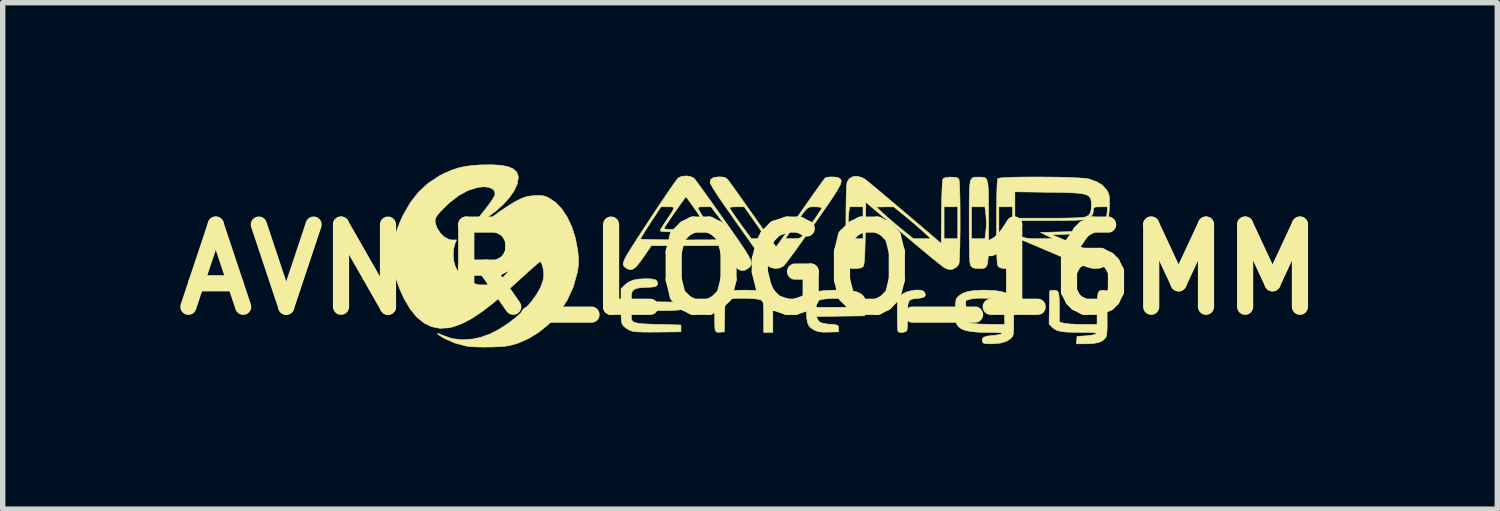
<source format=kicad_pcb>
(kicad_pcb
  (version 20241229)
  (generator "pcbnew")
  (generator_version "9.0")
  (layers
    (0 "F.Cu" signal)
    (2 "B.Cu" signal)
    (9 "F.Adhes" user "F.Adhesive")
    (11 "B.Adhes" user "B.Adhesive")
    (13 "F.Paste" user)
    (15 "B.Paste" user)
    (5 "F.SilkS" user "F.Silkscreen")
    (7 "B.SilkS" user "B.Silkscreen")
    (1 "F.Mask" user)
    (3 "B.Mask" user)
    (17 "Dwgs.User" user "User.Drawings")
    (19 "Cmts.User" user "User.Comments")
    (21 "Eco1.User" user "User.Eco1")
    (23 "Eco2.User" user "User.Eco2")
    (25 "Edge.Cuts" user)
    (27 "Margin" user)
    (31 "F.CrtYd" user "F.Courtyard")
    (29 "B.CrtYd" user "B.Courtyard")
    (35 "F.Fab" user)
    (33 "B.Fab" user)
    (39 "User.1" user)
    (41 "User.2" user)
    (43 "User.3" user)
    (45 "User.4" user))
  (footprint "AVNIR_LOGO_16MM"
    (layer "F.Cu")
    (at 10.857 1.949)
    (property "Reference" "AVNIR_LOGO_16MM" (at 0 0 0) (layer "F.SilkS") (effects (font (size 1.524 1.524) (thickness 0.3))))
    (attr through_hole)
    (fp_poly (pts (xy 3.165 0.382) (xy 3.22 0.402) (xy 3.238 0.422) (xy 3.253 0.471) (xy 3.236 0.504) (xy 3.183 0.524) (xy 3.112 0.533) (xy 3.037 0.54) (xy 2.985 0.553) (xy 2.951 0.579) (xy 2.932 0.625) (xy 2.923 0.697) (xy 2.921 0.802) (xy 2.921 0.848) (xy 2.92 0.949) (xy 2.917 1.036) (xy 2.913 1.101) (xy 2.908 1.131) (xy 2.881 1.152) (xy 2.831 1.164) (xy 2.779 1.164) (xy 2.745 1.15) (xy 2.739 1.125) (xy 2.735 1.065) (xy 2.732 0.98) (xy 2.731 0.877) (xy 2.731 0.845) (xy 2.731 0.728) (xy 2.733 0.645) (xy 2.737 0.589) (xy 2.746 0.55) (xy 2.76 0.521) (xy 2.78 0.495) (xy 2.783 0.491) (xy 2.838 0.447) (xy 2.914 0.412) (xy 3.001 0.389) (xy 3.088 0.378) (xy 3.165 0.382)) (stroke (width 0.01) (type solid)) (fill yes) (layer "F.SilkS"))
    (fp_poly (pts (xy 0.05 0.384) (xy 0.166 0.393) (xy 0.254 0.41) (xy 0.319 0.436) (xy 0.369 0.473) (xy 0.373 0.477) (xy 0.392 0.498) (xy 0.406 0.522) (xy 0.415 0.555) (xy 0.42 0.605) (xy 0.423 0.68) (xy 0.423 0.786) (xy 0.423 0.846) (xy 0.423 1.164) (xy 0.254 1.164) (xy 0.254 0.881) (xy 0.253 0.763) (xy 0.25 0.68) (xy 0.245 0.625) (xy 0.235 0.591) (xy 0.222 0.571) (xy 0.219 0.569) (xy 0.181 0.555) (xy 0.112 0.544) (xy 0.021 0.536) (xy -0.082 0.532) (xy -0.186 0.531) (xy -0.281 0.534) (xy -0.356 0.543) (xy -0.385 0.549) (xy -0.464 0.573) (xy -0.47 0.863) (xy -0.476 1.154) (xy -0.555 1.16) (xy -0.608 1.161) (xy -0.635 1.146) (xy -0.647 1.113) (xy -0.652 1.071) (xy -0.654 0.998) (xy -0.655 0.903) (xy -0.653 0.796) (xy -0.653 0.796) (xy -0.649 0.684) (xy -0.644 0.607) (xy -0.637 0.555) (xy -0.625 0.52) (xy -0.608 0.493) (xy -0.596 0.48) (xy -0.547 0.441) (xy -0.479 0.413) (xy -0.386 0.395) (xy -0.263 0.384) (xy -0.103 0.381) (xy -0.102 0.381) (xy 0.05 0.384)) (stroke (width 0.01) (type solid)) (fill yes) (layer "F.SilkS"))
    (fp_poly (pts (xy 5.694 0.394) (xy 5.715 0.422) (xy 5.728 0.475) (xy 5.734 0.558) (xy 5.736 0.676) (xy 5.736 0.7) (xy 5.736 0.972) (xy 5.816 0.994) (xy 5.867 1.002) (xy 5.95 1.009) (xy 6.053 1.014) (xy 6.164 1.016) (xy 6.165 1.016) (xy 6.435 1.016) (xy 6.435 0.734) (xy 6.436 0.602) (xy 6.442 0.506) (xy 6.453 0.442) (xy 6.472 0.403) (xy 6.501 0.386) (xy 6.541 0.383) (xy 6.552 0.384) (xy 6.615 0.392) (xy 6.62 0.802) (xy 6.622 0.948) (xy 6.622 1.059) (xy 6.619 1.139) (xy 6.614 1.194) (xy 6.607 1.232) (xy 6.596 1.259) (xy 6.592 1.264) (xy 6.54 1.317) (xy 6.463 1.352) (xy 6.354 1.371) (xy 6.233 1.376) (xy 6.051 1.376) (xy 6.064 1.238) (xy 6.227 1.228) (xy 6.309 1.219) (xy 6.375 1.207) (xy 6.414 1.193) (xy 6.417 1.191) (xy 6.419 1.18) (xy 6.4 1.173) (xy 6.354 1.168) (xy 6.277 1.165) (xy 6.163 1.164) (xy 6.127 1.164) (xy 5.973 1.162) (xy 5.855 1.157) (xy 5.766 1.146) (xy 5.699 1.129) (xy 5.647 1.104) (xy 5.605 1.069) (xy 5.601 1.065) (xy 5.545 1.009) (xy 5.55 0.7) (xy 5.556 0.392) (xy 5.616 0.385) (xy 5.661 0.383) (xy 5.694 0.394)) (stroke (width 0.01) (type solid)) (fill yes) (layer "F.SilkS"))
    (fp_poly (pts (xy -1.825 0.173) (xy -1.761 0.186) (xy -1.726 0.212) (xy -1.715 0.251) (xy -1.714 0.257) (xy -1.721 0.288) (xy -1.745 0.309) (xy -1.793 0.321) (xy -1.874 0.328) (xy -1.93 0.329) (xy -2.045 0.337) (xy -2.123 0.355) (xy -2.172 0.387) (xy -2.196 0.437) (xy -2.201 0.497) (xy -2.201 0.592) (xy -1.741 0.598) (xy -1.281 0.603) (xy -1.274 0.664) (xy -1.277 0.716) (xy -1.295 0.744) (xy -1.324 0.749) (xy -1.388 0.754) (xy -1.481 0.758) (xy -1.597 0.76) (xy -1.727 0.762) (xy -1.762 0.762) (xy -2.201 0.762) (xy -2.201 0.857) (xy -2.199 0.903) (xy -2.191 0.938) (xy -2.17 0.964) (xy -2.132 0.983) (xy -2.072 0.996) (xy -1.985 1.005) (xy -1.867 1.011) (xy -1.711 1.016) (xy -1.693 1.016) (xy -1.281 1.027) (xy -1.281 1.154) (xy -1.704 1.158) (xy -1.865 1.159) (xy -1.989 1.158) (xy -2.082 1.154) (xy -2.15 1.147) (xy -2.199 1.137) (xy -2.212 1.133) (xy -2.279 1.099) (xy -2.336 1.056) (xy -2.344 1.047) (xy -2.363 1.024) (xy -2.376 0.997) (xy -2.384 0.96) (xy -2.389 0.905) (xy -2.391 0.825) (xy -2.392 0.712) (xy -2.392 0.674) (xy -2.392 0.356) (xy -2.322 0.286) (xy -2.251 0.231) (xy -2.165 0.194) (xy -2.055 0.175) (xy -1.925 0.169) (xy -1.825 0.173)) (stroke (width 0.01) (type solid)) (fill yes) (layer "F.SilkS"))
    (fp_poly (pts (xy 4.25 -1.714) (xy 4.293 -1.714) (xy 4.329 -1.712) (xy 4.357 -1.703) (xy 4.379 -1.683) (xy 4.396 -1.649) (xy 4.408 -1.598) (xy 4.416 -1.524) (xy 4.42 -1.425) (xy 4.423 -1.295) (xy 4.424 -1.133) (xy 4.424 -0.933) (xy 4.424 -0.868) (xy 4.424 -0.656) (xy 4.423 -0.483) (xy 4.421 -0.345) (xy 4.417 -0.237) (xy 4.41 -0.157) (xy 4.4 -0.099) (xy 4.384 -0.06) (xy 4.363 -0.037) (xy 4.336 -0.026) (xy 4.302 -0.021) (xy 4.26 -0.021) (xy 4.244 -0.021) (xy 4.172 -0.024) (xy 4.129 -0.037) (xy 4.1 -0.064) (xy 4.097 -0.068) (xy 4.088 -0.086) (xy 4.081 -0.113) (xy 4.075 -0.154) (xy 4.071 -0.213) (xy 4.068 -0.295) (xy 4.066 -0.403) (xy 4.065 -0.543) (xy 4.064 -0.716) (xy 4.064 -0.88) (xy 4.064 -1.09) (xy 4.064 -1.164) (xy 4.106 -1.164) (xy 4.106 -0.572) (xy 4.355 -0.572) (xy 4.368 -0.67) (xy 4.377 -0.757) (xy 4.381 -0.85) (xy 4.381 -0.868) (xy 4.378 -0.956) (xy 4.37 -1.048) (xy 4.368 -1.066) (xy 4.355 -1.164) (xy 4.106 -1.164) (xy 4.064 -1.164) (xy 4.064 -1.261) (xy 4.066 -1.398) (xy 4.07 -1.504) (xy 4.077 -1.584) (xy 4.087 -1.64) (xy 4.103 -1.678) (xy 4.124 -1.7) (xy 4.151 -1.711) (xy 4.186 -1.715) (xy 4.229 -1.715) (xy 4.25 -1.714)) (stroke (width 0.01) (type solid)) (fill yes) (layer "F.SilkS"))
    (fp_poly (pts (xy 1.761 0.384) (xy 1.877 0.393) (xy 1.965 0.409) (xy 2.03 0.435) (xy 2.081 0.47) (xy 2.089 0.478) (xy 2.114 0.508) (xy 2.129 0.541) (xy 2.135 0.589) (xy 2.134 0.663) (xy 2.133 0.693) (xy 2.127 0.857) (xy 1.229 0.869) (xy 1.252 0.92) (xy 1.274 0.956) (xy 1.304 0.98) (xy 1.353 0.996) (xy 1.429 1.008) (xy 1.492 1.014) (xy 1.57 1.021) (xy 1.614 1.03) (xy 1.634 1.044) (xy 1.64 1.069) (xy 1.64 1.09) (xy 1.64 1.154) (xy 1.46 1.159) (xy 1.361 1.16) (xy 1.29 1.154) (xy 1.234 1.139) (xy 1.194 1.122) (xy 1.133 1.085) (xy 1.092 1.042) (xy 1.066 0.984) (xy 1.052 0.902) (xy 1.048 0.788) (xy 1.048 0.757) (xy 1.048 0.661) (xy 1.049 0.646) (xy 1.228 0.646) (xy 1.228 0.699) (xy 1.598 0.699) (xy 1.732 0.698) (xy 1.829 0.697) (xy 1.896 0.694) (xy 1.937 0.689) (xy 1.959 0.681) (xy 1.967 0.67) (xy 1.968 0.661) (xy 1.959 0.615) (xy 1.928 0.583) (xy 1.867 0.56) (xy 1.821 0.548) (xy 1.742 0.538) (xy 1.644 0.533) (xy 1.537 0.534) (xy 1.433 0.54) (xy 1.345 0.55) (xy 1.284 0.565) (xy 1.275 0.569) (xy 1.235 0.612) (xy 1.228 0.646) (xy 1.049 0.646) (xy 1.051 0.597) (xy 1.059 0.556) (xy 1.075 0.527) (xy 1.1 0.5) (xy 1.115 0.486) (xy 1.169 0.446) (xy 1.23 0.417) (xy 1.307 0.398) (xy 1.407 0.386) (xy 1.538 0.382) (xy 1.609 0.381) (xy 1.761 0.384)) (stroke (width 0.01) (type solid)) (fill yes) (layer "F.SilkS"))
    (fp_poly (pts (xy 4.523 0.387) (xy 4.659 0.407) (xy 4.762 0.44) (xy 4.827 0.48) (xy 4.889 0.533) (xy 4.889 0.877) (xy 4.889 1.006) (xy 4.888 1.098) (xy 4.885 1.163) (xy 4.879 1.206) (xy 4.869 1.235) (xy 4.854 1.256) (xy 4.837 1.274) (xy 4.758 1.328) (xy 4.649 1.362) (xy 4.507 1.375) (xy 4.47 1.376) (xy 4.391 1.374) (xy 4.344 1.369) (xy 4.319 1.355) (xy 4.307 1.333) (xy 4.307 1.332) (xy 4.304 1.287) (xy 4.33 1.255) (xy 4.391 1.234) (xy 4.484 1.223) (xy 4.564 1.214) (xy 4.631 1.202) (xy 4.669 1.189) (xy 4.676 1.179) (xy 4.657 1.173) (xy 4.607 1.168) (xy 4.523 1.166) (xy 4.412 1.165) (xy 4.238 1.161) (xy 4.1 1.149) (xy 3.996 1.129) (xy 3.919 1.098) (xy 3.865 1.057) (xy 3.853 1.044) (xy 3.833 1.014) (xy 3.821 0.976) (xy 3.813 0.922) (xy 3.81 0.841) (xy 3.81 0.768) (xy 3.81 0.668) (xy 3.813 0.602) (xy 3.818 0.575) (xy 3.999 0.575) (xy 4.005 0.769) (xy 4.011 0.963) (xy 4.085 0.988) (xy 4.136 0.998) (xy 4.219 1.007) (xy 4.324 1.012) (xy 4.44 1.015) (xy 4.72 1.016) (xy 4.72 0.815) (xy 4.72 0.722) (xy 4.716 0.661) (xy 4.708 0.623) (xy 4.693 0.6) (xy 4.668 0.581) (xy 4.665 0.579) (xy 4.615 0.56) (xy 4.533 0.545) (xy 4.433 0.535) (xy 4.325 0.53) (xy 4.221 0.531) (xy 4.132 0.538) (xy 4.077 0.55) (xy 3.999 0.575) (xy 3.818 0.575) (xy 3.82 0.558) (xy 3.834 0.528) (xy 3.857 0.502) (xy 3.874 0.486) (xy 3.941 0.44) (xy 4.032 0.408) (xy 4.152 0.389) (xy 4.307 0.381) (xy 4.35 0.381) (xy 4.523 0.387)) (stroke (width 0.01) (type solid)) (fill yes) (layer "F.SilkS"))
    (fp_poly (pts (xy 2.078 -1.706) (xy 2.138 -1.672) (xy 2.166 -1.65) (xy 2.223 -1.603) (xy 2.305 -1.535) (xy 2.408 -1.449) (xy 2.529 -1.347) (xy 2.662 -1.235) (xy 2.806 -1.113) (xy 2.871 -1.058) (xy 3.545 -0.485) (xy 3.551 -1.072) (xy 3.552 -1.164) (xy 3.598 -1.164) (xy 3.598 -0.572) (xy 3.852 -0.572) (xy 3.852 -1.164) (xy 3.598 -1.164) (xy 3.552 -1.164) (xy 3.554 -1.277) (xy 3.558 -1.442) (xy 3.564 -1.565) (xy 3.57 -1.645) (xy 3.579 -1.684) (xy 3.58 -1.686) (xy 3.618 -1.704) (xy 3.689 -1.714) (xy 3.727 -1.714) (xy 3.801 -1.712) (xy 3.845 -1.701) (xy 3.869 -1.68) (xy 3.873 -1.674) (xy 3.879 -1.641) (xy 3.884 -1.572) (xy 3.888 -1.473) (xy 3.892 -1.349) (xy 3.894 -1.207) (xy 3.895 -1.053) (xy 3.895 -0.893) (xy 3.895 -0.732) (xy 3.893 -0.577) (xy 3.891 -0.434) (xy 3.887 -0.309) (xy 3.883 -0.207) (xy 3.878 -0.135) (xy 3.871 -0.099) (xy 3.871 -0.099) (xy 3.827 -0.045) (xy 3.759 -0.009) (xy 3.708 -0.000482) (xy 3.665 -0.01) (xy 3.61 -0.032) (xy 3.609 -0.033) (xy 3.58 -0.053) (xy 3.522 -0.098) (xy 3.439 -0.164) (xy 3.335 -0.248) (xy 3.214 -0.349) (xy 3.079 -0.461) (xy 2.934 -0.583) (xy 2.847 -0.657) (xy 2.251 -1.162) (xy 2.339 -1.162) (xy 2.477 -1.035) (xy 2.551 -0.968) (xy 2.645 -0.887) (xy 2.746 -0.802) (xy 2.822 -0.74) (xy 3.029 -0.572) (xy 3.192 -0.572) (xy 3.355 -0.573) (xy 3.217 -0.701) (xy 3.143 -0.767) (xy 3.049 -0.849) (xy 2.948 -0.934) (xy 2.872 -0.996) (xy 2.665 -1.164) (xy 2.502 -1.163) (xy 2.339 -1.162) (xy 2.251 -1.162) (xy 2.148 -1.249) (xy 2.138 -0.67) (xy 2.134 -0.487) (xy 2.13 -0.343) (xy 2.125 -0.233) (xy 2.119 -0.153) (xy 2.112 -0.099) (xy 2.104 -0.067) (xy 2.098 -0.056) (xy 2.058 -0.032) (xy 1.987 -0.022) (xy 1.957 -0.021) (xy 1.911 -0.021) (xy 1.874 -0.024) (xy 1.845 -0.033) (xy 1.822 -0.053) (xy 1.805 -0.088) (xy 1.793 -0.14) (xy 1.786 -0.216) (xy 1.781 -0.317) (xy 1.779 -0.449) (xy 1.778 -0.614) (xy 1.778 -0.818) (xy 1.778 -0.838) (xy 1.778 -0.868) (xy 1.821 -0.868) (xy 1.823 -0.781) (xy 1.828 -0.698) (xy 1.834 -0.651) (xy 1.847 -0.572) (xy 2.095 -0.572) (xy 2.095 -1.164) (xy 1.847 -1.164) (xy 1.834 -1.085) (xy 1.827 -1.02) (xy 1.822 -0.934) (xy 1.821 -0.868) (xy 1.778 -0.868) (xy 1.779 -1.054) (xy 1.781 -1.239) (xy 1.784 -1.391) (xy 1.789 -1.508) (xy 1.794 -1.587) (xy 1.801 -1.625) (xy 1.842 -1.687) (xy 1.908 -1.723) (xy 1.99 -1.73) (xy 2.078 -1.706)) (stroke (width 0.01) (type solid)) (fill yes) (layer "F.SilkS"))
    (fp_poly (pts (xy -0.496 -1.716) (xy -0.45 -1.7) (xy -0.413 -1.668) (xy -0.412 -1.666) (xy -0.389 -1.637) (xy -0.345 -1.577) (xy -0.283 -1.491) (xy -0.207 -1.384) (xy -0.119 -1.26) (xy -0.023 -1.124) (xy 0.052 -1.018) (xy 0.15 -0.879) (xy 0.241 -0.75) (xy 0.322 -0.638) (xy 0.389 -0.545) (xy 0.441 -0.476) (xy 0.473 -0.435) (xy 0.483 -0.424) (xy 0.498 -0.441) (xy 0.534 -0.489) (xy 0.589 -0.564) (xy 0.594 -0.572) (xy 0.654 -0.572) (xy 0.789 -0.572) (xy 0.868 -0.574) (xy 0.919 -0.584) (xy 0.954 -0.605) (xy 0.968 -0.619) (xy 0.999 -0.657) (xy 1.045 -0.717) (xy 1.099 -0.793) (xy 1.158 -0.876) (xy 1.216 -0.96) (xy 1.268 -1.037) (xy 1.307 -1.098) (xy 1.33 -1.137) (xy 1.333 -1.146) (xy 1.314 -1.155) (xy 1.264 -1.162) (xy 1.205 -1.164) (xy 1.156 -1.164) (xy 1.118 -1.162) (xy 1.085 -1.152) (xy 1.054 -1.13) (xy 1.018 -1.092) (xy 0.973 -1.034) (xy 0.914 -0.95) (xy 0.837 -0.837) (xy 0.825 -0.82) (xy 0.654 -0.572) (xy 0.594 -0.572) (xy 0.659 -0.662) (xy 0.742 -0.78) (xy 0.835 -0.912) (xy 0.931 -1.05) (xy 1.032 -1.195) (xy 1.126 -1.329) (xy 1.21 -1.448) (xy 1.282 -1.549) (xy 1.338 -1.627) (xy 1.376 -1.678) (xy 1.392 -1.697) (xy 1.432 -1.712) (xy 1.497 -1.718) (xy 1.569 -1.717) (xy 1.631 -1.707) (xy 1.662 -1.693) (xy 1.679 -1.675) (xy 1.689 -1.654) (xy 1.689 -1.626) (xy 1.679 -1.587) (xy 1.655 -1.536) (xy 1.617 -1.469) (xy 1.562 -1.382) (xy 1.489 -1.272) (xy 1.396 -1.137) (xy 1.281 -0.972) (xy 1.185 -0.836) (xy 1.074 -0.68) (xy 0.969 -0.533) (xy 0.873 -0.399) (xy 0.788 -0.282) (xy 0.717 -0.187) (xy 0.664 -0.117) (xy 0.631 -0.076) (xy 0.623 -0.069) (xy 0.549 -0.03) (xy 0.462 -0.021) (xy 0.378 -0.042) (xy 0.336 -0.069) (xy 0.322 -0.083) (xy 0.304 -0.103) (xy 0.279 -0.133) (xy 0.247 -0.176) (xy 0.204 -0.232) (xy 0.151 -0.306) (xy 0.083 -0.4) (xy 0.001 -0.516) (xy -0.098 -0.656) (xy -0.217 -0.824) (xy -0.355 -1.022) (xy -0.447 -1.152) (xy -0.381 -1.152) (xy -0.369 -1.126) (xy -0.333 -1.07) (xy -0.278 -0.989) (xy -0.206 -0.887) (xy -0.119 -0.767) (xy -0.111 -0.757) (xy 0.025 -0.572) (xy 0.3 -0.572) (xy 0.257 -0.64) (xy 0.228 -0.684) (xy 0.182 -0.753) (xy 0.123 -0.838) (xy 0.058 -0.93) (xy 0.054 -0.937) (xy -0.106 -1.164) (xy -0.244 -1.164) (xy -0.314 -1.162) (xy -0.363 -1.158) (xy -0.381 -1.152) (xy -0.447 -1.152) (xy -0.505 -1.235) (xy -0.581 -1.345) (xy -0.646 -1.445) (xy -0.696 -1.527) (xy -0.729 -1.587) (xy -0.741 -1.619) (xy -0.727 -1.672) (xy -0.682 -1.705) (xy -0.603 -1.718) (xy -0.567 -1.719) (xy -0.496 -1.716)) (stroke (width 0.01) (type solid)) (fill yes) (layer "F.SilkS"))
    (fp_poly (pts (xy -1.102 -1.725) (xy -1.042 -1.696) (xy -1.033 -1.688) (xy -1.012 -1.661) (xy -0.969 -1.603) (xy -0.907 -1.518) (xy -0.829 -1.41) (xy -0.738 -1.284) (xy -0.638 -1.142) (xy -0.529 -0.99) (xy -0.481 -0.921) (xy -0.349 -0.734) (xy -0.24 -0.579) (xy -0.153 -0.451) (xy -0.085 -0.348) (xy -0.035 -0.266) (xy -0.001 -0.203) (xy 0.019 -0.154) (xy 0.025 -0.117) (xy 0.02 -0.087) (xy 0.006 -0.063) (xy -0.016 -0.04) (xy -0.029 -0.028) (xy -0.102 0.014) (xy -0.175 0.014) (xy -0.238 -0.021) (xy -0.272 -0.055) (xy -0.321 -0.116) (xy -0.379 -0.193) (xy -0.422 -0.253) (xy -0.553 -0.445) (xy -1.192 -0.444) (xy -1.831 -0.443) (xy -1.979 -0.227) (xy -2.055 -0.122) (xy -2.115 -0.051) (xy -2.166 -0.011) (xy -2.213 0.002) (xy -2.26 -0.009) (xy -2.296 -0.03) (xy -2.321 -0.047) (xy -2.34 -0.065) (xy -2.35 -0.086) (xy -2.351 -0.114) (xy -2.341 -0.153) (xy -2.318 -0.205) (xy -2.281 -0.274) (xy -2.227 -0.363) (xy -2.156 -0.475) (xy -2.096 -0.568) (xy -2.032 -0.568) (xy -2.012 -0.564) (xy -1.953 -0.561) (xy -1.861 -0.558) (xy -1.741 -0.555) (xy -1.595 -0.553) (xy -1.429 -0.551) (xy -1.248 -0.55) (xy -1.164 -0.55) (xy -0.977 -0.551) (xy -0.804 -0.551) (xy -0.649 -0.553) (xy -0.517 -0.554) (xy -0.412 -0.556) (xy -0.338 -0.558) (xy -0.3 -0.561) (xy -0.296 -0.562) (xy -0.308 -0.587) (xy -0.341 -0.638) (xy -0.389 -0.71) (xy -0.448 -0.796) (xy -0.514 -0.887) (xy -0.581 -0.979) (xy -0.597 -1) (xy -0.722 -1.164) (xy -0.85 -1.164) (xy -0.907 -1.164) (xy -0.944 -1.16) (xy -0.961 -1.146) (xy -0.957 -1.118) (xy -0.93 -1.069) (xy -0.882 -0.994) (xy -0.826 -0.911) (xy -0.774 -0.833) (xy -0.733 -0.768) (xy -0.706 -0.725) (xy -0.699 -0.71) (xy -0.719 -0.707) (xy -0.775 -0.704) (xy -0.862 -0.701) (xy -0.974 -0.7) (xy -1.105 -0.699) (xy -1.188 -0.699) (xy -1.345 -0.699) (xy -1.465 -0.7) (xy -1.552 -0.702) (xy -1.611 -0.706) (xy -1.646 -0.711) (xy -1.663 -0.718) (xy -1.665 -0.728) (xy -1.665 -0.73) (xy -1.648 -0.761) (xy -1.644 -0.767) (xy -1.595 -0.767) (xy -1.592 -0.758) (xy -1.568 -0.751) (xy -1.518 -0.746) (xy -1.438 -0.743) (xy -1.323 -0.741) (xy -1.197 -0.741) (xy -1.07 -0.742) (xy -0.959 -0.743) (xy -0.87 -0.746) (xy -0.809 -0.75) (xy -0.784 -0.754) (xy -0.783 -0.755) (xy -0.794 -0.779) (xy -0.825 -0.829) (xy -0.87 -0.898) (xy -0.925 -0.981) (xy -0.984 -1.069) (xy -1.044 -1.155) (xy -1.1 -1.233) (xy -1.145 -1.296) (xy -1.177 -1.337) (xy -1.19 -1.348) (xy -1.205 -1.331) (xy -1.238 -1.285) (xy -1.286 -1.219) (xy -1.343 -1.138) (xy -1.405 -1.05) (xy -1.465 -0.962) (xy -1.52 -0.882) (xy -1.565 -0.815) (xy -1.595 -0.768) (xy -1.595 -0.767) (xy -1.644 -0.767) (xy -1.613 -0.817) (xy -1.567 -0.888) (xy -1.549 -0.915) (xy -1.483 -1.014) (xy -1.439 -1.082) (xy -1.417 -1.126) (xy -1.416 -1.151) (xy -1.436 -1.162) (xy -1.477 -1.164) (xy -1.524 -1.164) (xy -1.652 -1.164) (xy -1.842 -0.875) (xy -1.906 -0.777) (xy -1.961 -0.691) (xy -2.002 -0.623) (xy -2.027 -0.58) (xy -2.032 -0.568) (xy -2.096 -0.568) (xy -2.066 -0.614) (xy -1.956 -0.783) (xy -1.872 -0.911) (xy -1.765 -1.073) (xy -1.664 -1.224) (xy -1.571 -1.362) (xy -1.489 -1.482) (xy -1.421 -1.58) (xy -1.369 -1.652) (xy -1.336 -1.695) (xy -1.326 -1.704) (xy -1.262 -1.73) (xy -1.181 -1.737) (xy -1.102 -1.725)) (stroke (width 0.01) (type solid)) (fill yes) (layer "F.SilkS"))
    (fp_poly (pts (xy 5.537 -1.716) (xy 5.699 -1.714) (xy 5.853 -1.71) (xy 5.993 -1.705) (xy 6.112 -1.699) (xy 6.205 -1.692) (xy 6.267 -1.684) (xy 6.277 -1.682) (xy 6.426 -1.63) (xy 6.537 -1.562) (xy 6.614 -1.475) (xy 6.622 -1.462) (xy 6.645 -1.417) (xy 6.659 -1.373) (xy 6.665 -1.32) (xy 6.666 -1.245) (xy 6.664 -1.158) (xy 6.655 -1.029) (xy 6.636 -0.933) (xy 6.602 -0.862) (xy 6.55 -0.808) (xy 6.475 -0.761) (xy 6.471 -0.759) (xy 6.405 -0.727) (xy 6.345 -0.704) (xy 6.281 -0.688) (xy 6.204 -0.676) (xy 6.106 -0.668) (xy 5.977 -0.661) (xy 5.927 -0.659) (xy 5.599 -0.646) (xy 6.043 -0.459) (xy 6.174 -0.403) (xy 6.293 -0.352) (xy 6.396 -0.306) (xy 6.475 -0.271) (xy 6.524 -0.247) (xy 6.535 -0.241) (xy 6.572 -0.2) (xy 6.583 -0.138) (xy 6.573 -0.08) (xy 6.541 -0.044) (xy 6.479 -0.026) (xy 6.393 -0.021) (xy 6.358 -0.023) (xy 6.316 -0.031) (xy 6.262 -0.046) (xy 6.193 -0.069) (xy 6.104 -0.103) (xy 5.99 -0.149) (xy 5.848 -0.208) (xy 5.671 -0.283) (xy 5.635 -0.299) (xy 5.478 -0.365) (xy 5.333 -0.427) (xy 5.204 -0.481) (xy 5.096 -0.527) (xy 5.014 -0.561) (xy 4.962 -0.581) (xy 4.948 -0.587) (xy 4.932 -0.588) (xy 4.921 -0.576) (xy 4.915 -0.545) (xy 4.912 -0.487) (xy 4.911 -0.396) (xy 4.911 -0.35) (xy 4.909 -0.249) (xy 4.904 -0.16) (xy 4.897 -0.094) (xy 4.889 -0.062) (xy 4.854 -0.036) (xy 4.793 -0.022) (xy 4.722 -0.019) (xy 4.655 -0.029) (xy 4.607 -0.052) (xy 4.605 -0.054) (xy 4.597 -0.067) (xy 4.589 -0.09) (xy 4.584 -0.126) (xy 4.58 -0.179) (xy 4.576 -0.255) (xy 4.574 -0.356) (xy 4.573 -0.487) (xy 4.572 -0.651) (xy 4.572 -0.854) (xy 4.572 -0.876) (xy 4.572 -1.096) (xy 4.573 -1.164) (xy 4.614 -1.164) (xy 4.614 -0.572) (xy 4.741 -0.572) (xy 4.812 -0.573) (xy 4.85 -0.579) (xy 4.865 -0.594) (xy 4.868 -0.622) (xy 4.868 -0.674) (xy 4.995 -0.623) (xy 5.057 -0.6) (xy 5.114 -0.585) (xy 5.18 -0.577) (xy 5.266 -0.573) (xy 5.371 -0.573) (xy 5.62 -0.575) (xy 5.503 -0.631) (xy 5.387 -0.688) (xy 5.821 -0.701) (xy 5.99 -0.706) (xy 6.124 -0.714) (xy 6.228 -0.724) (xy 6.31 -0.739) (xy 6.377 -0.758) (xy 6.434 -0.785) (xy 6.489 -0.819) (xy 6.502 -0.828) (xy 6.571 -0.902) (xy 6.614 -1.001) (xy 6.625 -1.089) (xy 6.625 -1.164) (xy 6.498 -1.164) (xy 6.428 -1.163) (xy 6.39 -1.157) (xy 6.374 -1.142) (xy 6.371 -1.113) (xy 6.371 -1.11) (xy 6.354 -1.027) (xy 6.301 -0.966) (xy 6.254 -0.94) (xy 6.224 -0.931) (xy 6.178 -0.924) (xy 6.113 -0.919) (xy 6.023 -0.915) (xy 5.905 -0.912) (xy 5.754 -0.911) (xy 5.566 -0.91) (xy 5.525 -0.91) (xy 4.868 -0.91) (xy 4.868 -0.953) (xy 4.911 -0.953) (xy 5.532 -0.953) (xy 5.739 -0.953) (xy 5.912 -0.956) (xy 6.049 -0.96) (xy 6.149 -0.966) (xy 6.209 -0.973) (xy 6.22 -0.976) (xy 6.277 -1.005) (xy 6.311 -1.051) (xy 6.326 -1.122) (xy 6.329 -1.185) (xy 6.328 -1.246) (xy 6.322 -1.296) (xy 6.306 -1.335) (xy 6.278 -1.366) (xy 6.234 -1.389) (xy 6.168 -1.406) (xy 6.077 -1.417) (xy 5.958 -1.425) (xy 5.806 -1.43) (xy 5.617 -1.433) (xy 5.53 -1.434) (xy 4.911 -1.443) (xy 4.911 -0.953) (xy 4.868 -0.953) (xy 4.868 -1.164) (xy 4.614 -1.164) (xy 4.573 -1.164) (xy 4.574 -1.276) (xy 4.576 -1.42) (xy 4.579 -1.53) (xy 4.583 -1.609) (xy 4.589 -1.66) (xy 4.595 -1.686) (xy 4.597 -1.689) (xy 4.626 -1.697) (xy 4.692 -1.704) (xy 4.789 -1.709) (xy 4.91 -1.713) (xy 5.052 -1.716) (xy 5.207 -1.717) (xy 5.371 -1.717) (xy 5.537 -1.716)) (stroke (width 0.01) (type solid)) (fill yes) (layer "F.SilkS"))
    (fp_poly (pts (xy -4.619 -1.934) (xy -4.488 -1.909) (xy -4.392 -1.868) (xy -4.33 -1.812) (xy -4.3 -1.74) (xy -4.297 -1.7) (xy -4.317 -1.587) (xy -4.373 -1.464) (xy -4.461 -1.336) (xy -4.577 -1.207) (xy -4.717 -1.083) (xy -4.877 -0.966) (xy -5.027 -0.876) (xy -5.175 -0.795) (xy -5.08 -0.907) (xy -4.987 -1.02) (xy -4.901 -1.128) (xy -4.828 -1.225) (xy -4.772 -1.307) (xy -4.738 -1.366) (xy -4.729 -1.388) (xy -4.732 -1.447) (xy -4.77 -1.493) (xy -4.837 -1.524) (xy -4.926 -1.536) (xy -5.032 -1.527) (xy -5.05 -1.524) (xy -5.226 -1.469) (xy -5.397 -1.377) (xy -5.567 -1.246) (xy -5.657 -1.162) (xy -5.743 -1.074) (xy -5.8 -1.006) (xy -5.832 -0.95) (xy -5.841 -0.899) (xy -5.831 -0.844) (xy -5.805 -0.777) (xy -5.803 -0.772) (xy -5.744 -0.677) (xy -5.667 -0.604) (xy -5.583 -0.56) (xy -5.525 -0.55) (xy -5.442 -0.55) (xy -5.473 -0.477) (xy -5.497 -0.381) (xy -5.502 -0.266) (xy -5.491 -0.149) (xy -5.462 -0.048) (xy -5.459 -0.042) (xy -5.381 0.084) (xy -5.278 0.181) (xy -5.157 0.248) (xy -5.025 0.283) (xy -4.888 0.284) (xy -4.753 0.251) (xy -4.627 0.183) (xy -4.579 0.143) (xy -4.488 0.046) (xy -4.43 -0.049) (xy -4.401 -0.157) (xy -4.393 -0.275) (xy -4.397 -0.377) (xy -4.411 -0.452) (xy -4.437 -0.517) (xy -4.439 -0.52) (xy -4.503 -0.614) (xy -4.589 -0.699) (xy -4.686 -0.767) (xy -4.783 -0.812) (xy -4.859 -0.826) (xy -4.902 -0.833) (xy -4.919 -0.844) (xy -4.909 -0.864) (xy -4.868 -0.902) (xy -4.805 -0.954) (xy -4.725 -1.015) (xy -4.635 -1.08) (xy -4.541 -1.144) (xy -4.449 -1.204) (xy -4.366 -1.254) (xy -4.329 -1.274) (xy -4.236 -1.32) (xy -4.162 -1.348) (xy -4.09 -1.363) (xy -4.002 -1.371) (xy -3.997 -1.372) (xy -3.904 -1.375) (xy -3.837 -1.369) (xy -3.78 -1.353) (xy -3.738 -1.334) (xy -3.61 -1.25) (xy -3.494 -1.13) (xy -3.392 -0.978) (xy -3.307 -0.799) (xy -3.242 -0.598) (xy -3.199 -0.381) (xy -3.192 -0.328) (xy -3.182 -0.217) (xy -3.18 -0.13) (xy -3.186 -0.05) (xy -3.201 0.041) (xy -3.205 0.064) (xy -3.28 0.327) (xy -3.393 0.573) (xy -3.544 0.8) (xy -3.732 1.009) (xy -3.748 1.024) (xy -3.919 1.163) (xy -4.108 1.279) (xy -4.304 1.365) (xy -4.456 1.408) (xy -4.545 1.421) (xy -4.663 1.43) (xy -4.798 1.435) (xy -4.939 1.436) (xy -5.073 1.434) (xy -5.188 1.427) (xy -5.269 1.416) (xy -5.477 1.36) (xy -5.661 1.279) (xy -5.689 1.263) (xy -5.757 1.22) (xy -5.792 1.193) (xy -5.792 1.183) (xy -5.757 1.193) (xy -5.698 1.219) (xy -5.522 1.28) (xy -5.331 1.302) (xy -5.127 1.285) (xy -4.997 1.256) (xy -4.828 1.196) (xy -4.659 1.11) (xy -4.493 1.004) (xy -4.335 0.882) (xy -4.191 0.748) (xy -4.063 0.607) (xy -3.959 0.464) (xy -3.881 0.324) (xy -3.835 0.19) (xy -3.824 0.101) (xy -3.828 0.028) (xy -3.841 -0.045) (xy -3.86 -0.106) (xy -3.881 -0.142) (xy -3.892 -0.148) (xy -3.907 -0.139) (xy -3.942 -0.111) (xy -3.998 -0.062) (xy -4.078 0.009) (xy -4.184 0.104) (xy -4.316 0.224) (xy -4.477 0.37) (xy -4.522 0.411) (xy -4.751 0.611) (xy -4.961 0.774) (xy -5.154 0.903) (xy -5.331 0.997) (xy -5.495 1.058) (xy -5.585 1.079) (xy -5.75 1.089) (xy -5.906 1.058) (xy -6.051 0.986) (xy -6.185 0.874) (xy -6.307 0.722) (xy -6.418 0.53) (xy -6.421 0.525) (xy -6.502 0.344) (xy -6.559 0.181) (xy -6.594 0.023) (xy -6.61 -0.142) (xy -6.612 -0.254) (xy -6.606 -0.433) (xy -6.585 -0.59) (xy -6.546 -0.739) (xy -6.485 -0.895) (xy -6.434 -1.006) (xy -6.3 -1.24) (xy -6.144 -1.439) (xy -5.963 -1.605) (xy -5.755 -1.741) (xy -5.683 -1.778) (xy -5.545 -1.839) (xy -5.417 -1.883) (xy -5.284 -1.913) (xy -5.134 -1.932) (xy -4.995 -1.941) (xy -4.788 -1.944) (xy -4.619 -1.934)) (stroke (width 0.01) (type solid)) (fill yes) (layer "F.SilkS")))
  (gr_rect
    (start -3 -3)
    (end 24.713 6.391)
    (stroke (width 0.1) (type default))
    (fill no)
    (layer "Edge.Cuts")))
</source>
